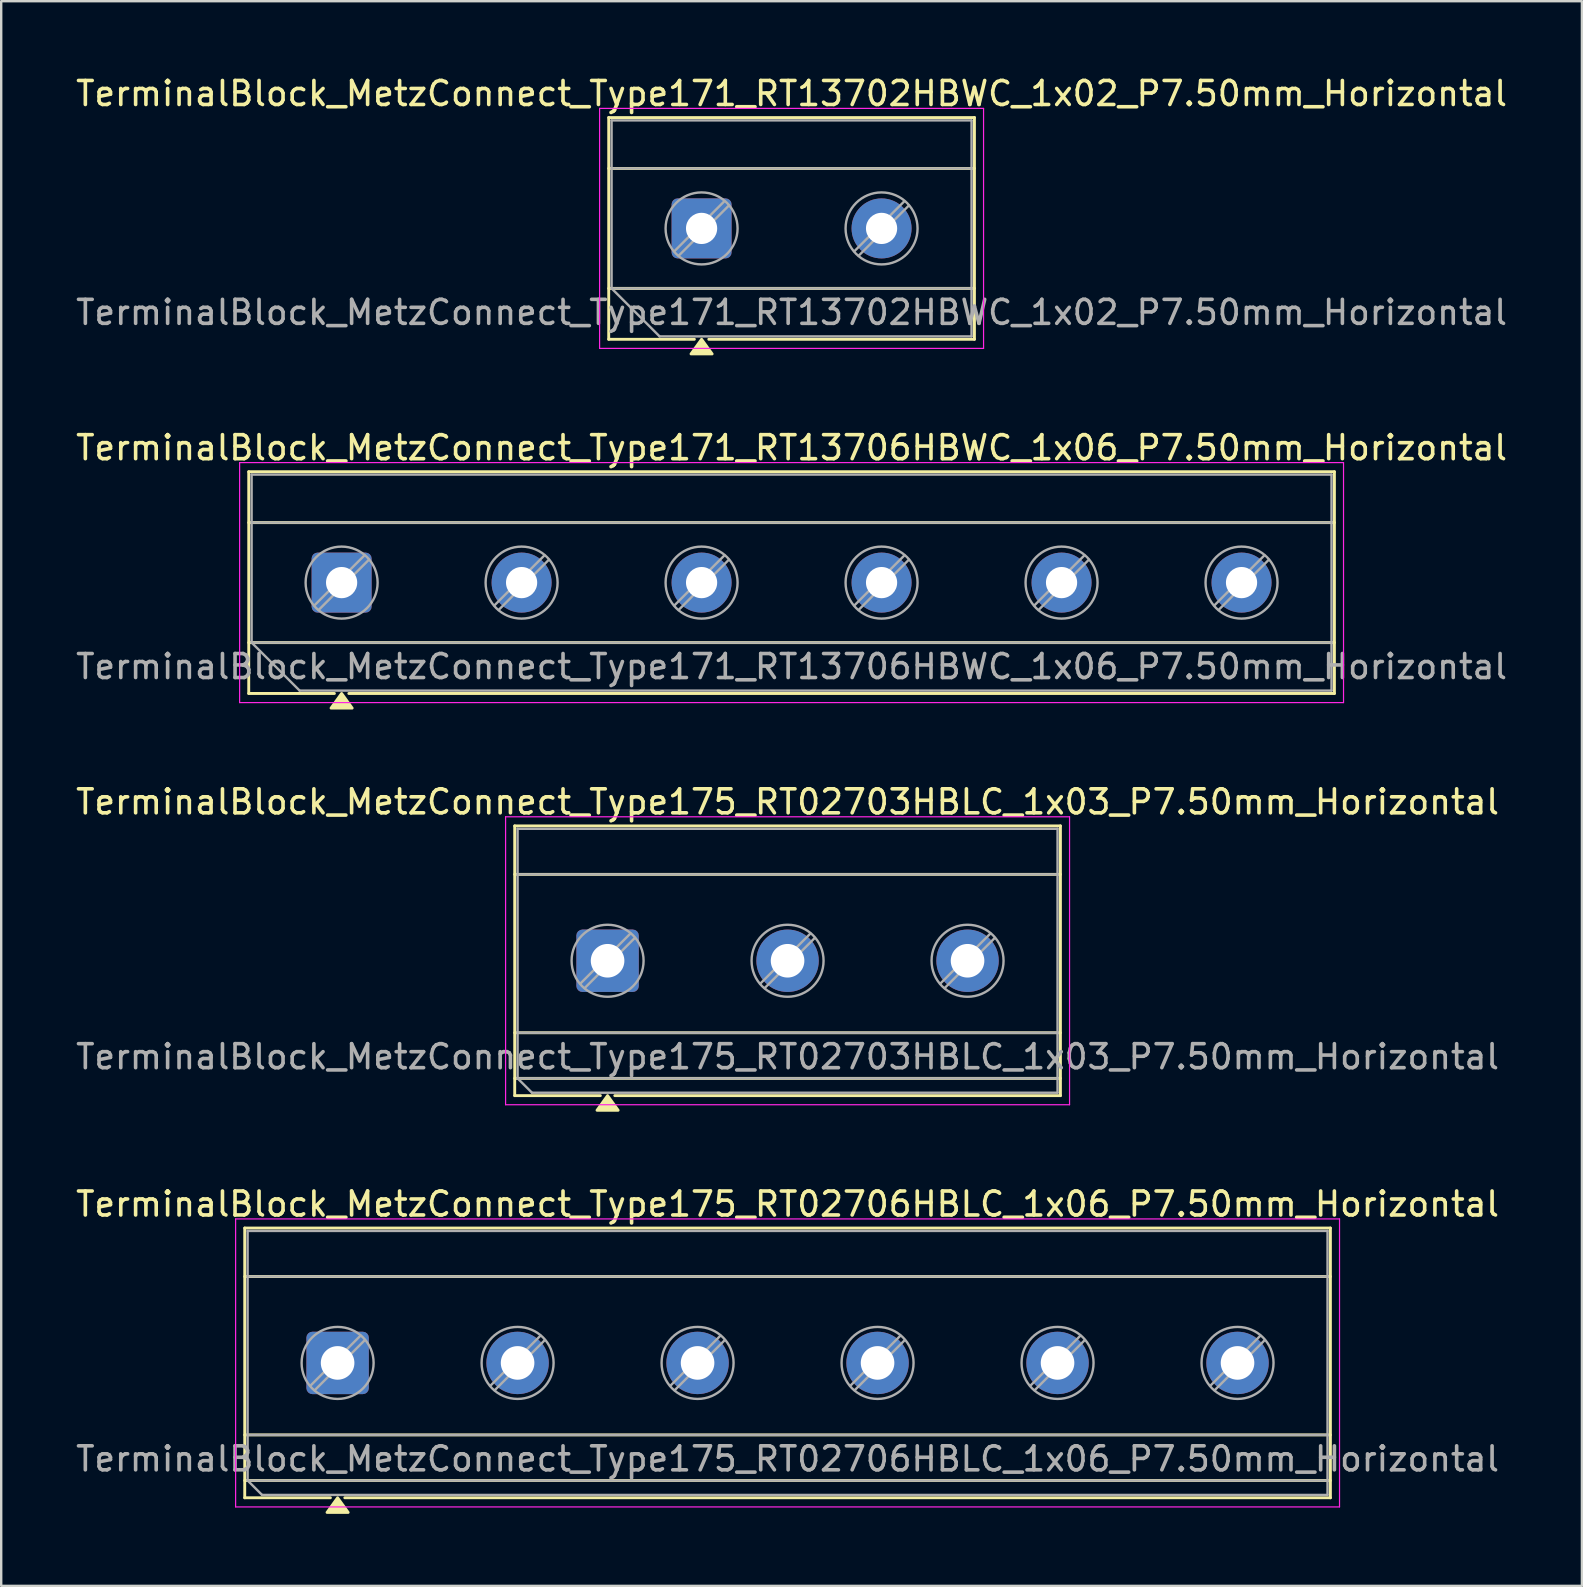
<source format=kicad_pcb>
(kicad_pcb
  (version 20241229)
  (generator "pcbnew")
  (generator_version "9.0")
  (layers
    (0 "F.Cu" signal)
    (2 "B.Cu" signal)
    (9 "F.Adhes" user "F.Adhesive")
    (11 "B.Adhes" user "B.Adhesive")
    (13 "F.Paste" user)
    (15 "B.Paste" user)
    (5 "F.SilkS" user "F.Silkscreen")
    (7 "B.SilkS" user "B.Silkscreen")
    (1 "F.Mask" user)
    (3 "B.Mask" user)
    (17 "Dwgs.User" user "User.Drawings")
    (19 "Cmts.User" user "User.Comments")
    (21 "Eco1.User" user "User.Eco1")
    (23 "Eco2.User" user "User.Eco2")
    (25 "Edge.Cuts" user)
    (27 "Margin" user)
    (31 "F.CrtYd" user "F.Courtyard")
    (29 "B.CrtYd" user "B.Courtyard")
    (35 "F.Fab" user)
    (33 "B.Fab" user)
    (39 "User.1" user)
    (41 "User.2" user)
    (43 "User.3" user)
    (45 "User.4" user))
  (footprint "TerminalBlock_MetzConnect_Type171_RT13706HBWC_1x06_P7.50mm_Horizontal"
    (layer "F.Cu")
    (at 11.185 21.227)
    (property "Reference" "TerminalBlock_MetzConnect_Type171_RT13706HBWC_1x06_P7.50mm_Horizontal" (at 18.75 -5.62 0) (layer "F.SilkS") (effects (font (size 1 1) (thickness 0.15))))
    (attr through_hole)
    (fp_line (start -3.87 -4.62) (end -3.87 4.62) (stroke (width 0.12) (type solid)) (layer "F.SilkS"))
    (fp_line (start -3.87 -4.62) (end 41.37 -4.62) (stroke (width 0.12) (type solid)) (layer "F.SilkS"))
    (fp_line (start -3.87 -2.5) (end 41.37 -2.5) (stroke (width 0.12) (type solid)) (layer "F.SilkS"))
    (fp_line (start -3.87 2.5) (end 41.37 2.5) (stroke (width 0.12) (type solid)) (layer "F.SilkS"))
    (fp_line (start -3.87 4.62) (end -0.3 4.62) (stroke (width 0.12) (type solid)) (layer "F.SilkS"))
    (fp_line (start 0.3 4.62) (end 41.37 4.62) (stroke (width 0.12) (type solid)) (layer "F.SilkS"))
    (fp_line (start 41.37 -4.62) (end 41.37 4.62) (stroke (width 0.12) (type solid)) (layer "F.SilkS"))
    (fp_poly (pts (xy 0 4.62) (xy 0.44 5.23) (xy -0.44 5.23)) (stroke (width 0.12) (type solid)) (fill yes) (layer "F.SilkS"))
    (fp_line (start -4.25 -5) (end -4.25 5) (stroke (width 0.05) (type solid)) (layer "F.CrtYd"))
    (fp_line (start -4.25 5) (end 41.75 5) (stroke (width 0.05) (type solid)) (layer "F.CrtYd"))
    (fp_line (start 41.75 -5) (end -4.25 -5) (stroke (width 0.05) (type solid)) (layer "F.CrtYd"))
    (fp_line (start 41.75 5) (end 41.75 -5) (stroke (width 0.05) (type solid)) (layer "F.CrtYd"))
    (fp_line (start -3.75 -4.5) (end 41.25 -4.5) (stroke (width 0.1) (type solid)) (layer "F.Fab"))
    (fp_line (start -3.75 -2.5) (end 41.25 -2.5) (stroke (width 0.1) (type solid)) (layer "F.Fab"))
    (fp_line (start -3.75 2.5) (end -3.75 -4.5) (stroke (width 0.1) (type solid)) (layer "F.Fab"))
    (fp_line (start -3.75 2.5) (end 41.25 2.5) (stroke (width 0.1) (type solid)) (layer "F.Fab"))
    (fp_line (start -1.75 4.5) (end -3.75 2.5) (stroke (width 0.1) (type solid)) (layer "F.Fab"))
    (fp_line (start 0.955 -1.138) (end -1.138 0.955) (stroke (width 0.1) (type solid)) (layer "F.Fab"))
    (fp_line (start 1.138 -0.955) (end -0.955 1.138) (stroke (width 0.1) (type solid)) (layer "F.Fab"))
    (fp_line (start 8.455 -1.138) (end 6.362 0.955) (stroke (width 0.1) (type solid)) (layer "F.Fab"))
    (fp_line (start 8.638 -0.955) (end 6.545 1.138) (stroke (width 0.1) (type solid)) (layer "F.Fab"))
    (fp_line (start 15.955 -1.138) (end 13.862 0.955) (stroke (width 0.1) (type solid)) (layer "F.Fab"))
    (fp_line (start 16.138 -0.955) (end 14.045 1.138) (stroke (width 0.1) (type solid)) (layer "F.Fab"))
    (fp_line (start 23.455 -1.138) (end 21.362 0.955) (stroke (width 0.1) (type solid)) (layer "F.Fab"))
    (fp_line (start 23.638 -0.955) (end 21.545 1.138) (stroke (width 0.1) (type solid)) (layer "F.Fab"))
    (fp_line (start 30.955 -1.138) (end 28.862 0.955) (stroke (width 0.1) (type solid)) (layer "F.Fab"))
    (fp_line (start 31.138 -0.955) (end 29.045 1.138) (stroke (width 0.1) (type solid)) (layer "F.Fab"))
    (fp_line (start 38.455 -1.138) (end 36.362 0.955) (stroke (width 0.1) (type solid)) (layer "F.Fab"))
    (fp_line (start 38.638 -0.955) (end 36.545 1.138) (stroke (width 0.1) (type solid)) (layer "F.Fab"))
    (fp_line (start 41.25 -4.5) (end 41.25 4.5) (stroke (width 0.1) (type solid)) (layer "F.Fab"))
    (fp_line (start 41.25 4.5) (end -1.75 4.5) (stroke (width 0.1) (type solid)) (layer "F.Fab"))
    (fp_circle (center 0 0) (end 1.5 0) (stroke (width 0.1) (type solid)) (fill no) (layer "F.Fab"))
    (fp_circle (center 7.5 0) (end 9 0) (stroke (width 0.1) (type solid)) (fill no) (layer "F.Fab"))
    (fp_circle (center 15 0) (end 16.5 0) (stroke (width 0.1) (type solid)) (fill no) (layer "F.Fab"))
    (fp_circle (center 22.5 0) (end 24 0) (stroke (width 0.1) (type solid)) (fill no) (layer "F.Fab"))
    (fp_circle (center 30 0) (end 31.5 0) (stroke (width 0.1) (type solid)) (fill no) (layer "F.Fab"))
    (fp_circle (center 37.5 0) (end 39 0) (stroke (width 0.1) (type solid)) (fill no) (layer "F.Fab"))
    (fp_text user "${REFERENCE}" (at 18.75 3.5 0) (layer "F.Fab") (effects (font (size 1 1) (thickness 0.15))))
    (pad "1" thru_hole roundrect (at 0 0) (size 2.5 2.5) (drill 1.3) (layers "*.Cu" "*.Mask") (roundrect_rratio 0.1))
    (pad "2" thru_hole circle (at 7.5 0) (size 2.5 2.5) (drill 1.3) (layers "*.Cu" "*.Mask"))
    (pad "3" thru_hole circle (at 15 0) (size 2.5 2.5) (drill 1.3) (layers "*.Cu" "*.Mask"))
    (pad "4" thru_hole circle (at 22.5 0) (size 2.5 2.5) (drill 1.3) (layers "*.Cu" "*.Mask"))
    (pad "5" thru_hole circle (at 30 0) (size 2.5 2.5) (drill 1.3) (layers "*.Cu" "*.Mask"))
    (pad "6" thru_hole circle (at 37.5 0) (size 2.5 2.5) (drill 1.3) (layers "*.Cu" "*.Mask")))
  (footprint "TerminalBlock_MetzConnect_Type175_RT02706HBLC_1x06_P7.50mm_Horizontal"
    (layer "F.Cu")
    (at 11.018 53.743)
    (property "Reference" "TerminalBlock_MetzConnect_Type175_RT02706HBLC_1x06_P7.50mm_Horizontal" (at 18.75 -6.62 0) (layer "F.SilkS") (effects (font (size 1 1) (thickness 0.15))))
    (attr through_hole)
    (fp_line (start -3.87 -5.62) (end -3.87 5.62) (stroke (width 0.12) (type solid)) (layer "F.SilkS"))
    (fp_line (start -3.87 -5.62) (end 41.37 -5.62) (stroke (width 0.12) (type solid)) (layer "F.SilkS"))
    (fp_line (start -3.87 -3.6) (end 41.37 -3.6) (stroke (width 0.12) (type solid)) (layer "F.SilkS"))
    (fp_line (start -3.87 3) (end 41.37 3) (stroke (width 0.12) (type solid)) (layer "F.SilkS"))
    (fp_line (start -3.87 4.9) (end 41.37 4.9) (stroke (width 0.12) (type solid)) (layer "F.SilkS"))
    (fp_line (start -3.87 5.62) (end -0.3 5.62) (stroke (width 0.12) (type solid)) (layer "F.SilkS"))
    (fp_line (start 0.3 5.62) (end 41.37 5.62) (stroke (width 0.12) (type solid)) (layer "F.SilkS"))
    (fp_line (start 41.37 -5.62) (end 41.37 5.62) (stroke (width 0.12) (type solid)) (layer "F.SilkS"))
    (fp_poly (pts (xy 0 5.62) (xy 0.44 6.23) (xy -0.44 6.23)) (stroke (width 0.12) (type solid)) (fill yes) (layer "F.SilkS"))
    (fp_line (start -4.25 -6) (end -4.25 6) (stroke (width 0.05) (type solid)) (layer "F.CrtYd"))
    (fp_line (start -4.25 6) (end 41.75 6) (stroke (width 0.05) (type solid)) (layer "F.CrtYd"))
    (fp_line (start 41.75 -6) (end -4.25 -6) (stroke (width 0.05) (type solid)) (layer "F.CrtYd"))
    (fp_line (start 41.75 6) (end 41.75 -6) (stroke (width 0.05) (type solid)) (layer "F.CrtYd"))
    (fp_line (start -3.75 -5.5) (end 41.25 -5.5) (stroke (width 0.1) (type solid)) (layer "F.Fab"))
    (fp_line (start -3.75 -3.6) (end 41.25 -3.6) (stroke (width 0.1) (type solid)) (layer "F.Fab"))
    (fp_line (start -3.75 3) (end 41.25 3) (stroke (width 0.1) (type solid)) (layer "F.Fab"))
    (fp_line (start -3.75 4.9) (end -3.75 -5.5) (stroke (width 0.1) (type solid)) (layer "F.Fab"))
    (fp_line (start -3.75 4.9) (end 41.25 4.9) (stroke (width 0.1) (type solid)) (layer "F.Fab"))
    (fp_line (start -3.15 5.5) (end -3.75 4.9) (stroke (width 0.1) (type solid)) (layer "F.Fab"))
    (fp_line (start 0.955 -1.138) (end -1.138 0.955) (stroke (width 0.1) (type solid)) (layer "F.Fab"))
    (fp_line (start 1.138 -0.955) (end -0.955 1.138) (stroke (width 0.1) (type solid)) (layer "F.Fab"))
    (fp_line (start 8.455 -1.138) (end 6.362 0.955) (stroke (width 0.1) (type solid)) (layer "F.Fab"))
    (fp_line (start 8.638 -0.955) (end 6.545 1.138) (stroke (width 0.1) (type solid)) (layer "F.Fab"))
    (fp_line (start 15.955 -1.138) (end 13.862 0.955) (stroke (width 0.1) (type solid)) (layer "F.Fab"))
    (fp_line (start 16.138 -0.955) (end 14.045 1.138) (stroke (width 0.1) (type solid)) (layer "F.Fab"))
    (fp_line (start 23.455 -1.138) (end 21.362 0.955) (stroke (width 0.1) (type solid)) (layer "F.Fab"))
    (fp_line (start 23.638 -0.955) (end 21.545 1.138) (stroke (width 0.1) (type solid)) (layer "F.Fab"))
    (fp_line (start 30.955 -1.138) (end 28.862 0.955) (stroke (width 0.1) (type solid)) (layer "F.Fab"))
    (fp_line (start 31.138 -0.955) (end 29.045 1.138) (stroke (width 0.1) (type solid)) (layer "F.Fab"))
    (fp_line (start 38.455 -1.138) (end 36.362 0.955) (stroke (width 0.1) (type solid)) (layer "F.Fab"))
    (fp_line (start 38.638 -0.955) (end 36.545 1.138) (stroke (width 0.1) (type solid)) (layer "F.Fab"))
    (fp_line (start 41.25 -5.5) (end 41.25 5.5) (stroke (width 0.1) (type solid)) (layer "F.Fab"))
    (fp_line (start 41.25 5.5) (end -3.15 5.5) (stroke (width 0.1) (type solid)) (layer "F.Fab"))
    (fp_circle (center 0 0) (end 1.5 0) (stroke (width 0.1) (type solid)) (fill no) (layer "F.Fab"))
    (fp_circle (center 7.5 0) (end 9 0) (stroke (width 0.1) (type solid)) (fill no) (layer "F.Fab"))
    (fp_circle (center 15 0) (end 16.5 0) (stroke (width 0.1) (type solid)) (fill no) (layer "F.Fab"))
    (fp_circle (center 22.5 0) (end 24 0) (stroke (width 0.1) (type solid)) (fill no) (layer "F.Fab"))
    (fp_circle (center 30 0) (end 31.5 0) (stroke (width 0.1) (type solid)) (fill no) (layer "F.Fab"))
    (fp_circle (center 37.5 0) (end 39 0) (stroke (width 0.1) (type solid)) (fill no) (layer "F.Fab"))
    (fp_text user "${REFERENCE}" (at 18.75 4 0) (layer "F.Fab") (effects (font (size 1 1) (thickness 0.15))))
    (pad "1" thru_hole roundrect (at 0 0) (size 2.6 2.6) (drill 1.4) (layers "*.Cu" "*.Mask") (roundrect_rratio 0.096))
    (pad "2" thru_hole circle (at 7.5 0) (size 2.6 2.6) (drill 1.4) (layers "*.Cu" "*.Mask"))
    (pad "3" thru_hole circle (at 15 0) (size 2.6 2.6) (drill 1.4) (layers "*.Cu" "*.Mask"))
    (pad "4" thru_hole circle (at 22.5 0) (size 2.6 2.6) (drill 1.4) (layers "*.Cu" "*.Mask"))
    (pad "5" thru_hole circle (at 30 0) (size 2.6 2.6) (drill 1.4) (layers "*.Cu" "*.Mask"))
    (pad "6" thru_hole circle (at 37.5 0) (size 2.6 2.6) (drill 1.4) (layers "*.Cu" "*.Mask")))
  (footprint "TerminalBlock_MetzConnect_Type175_RT02703HBLC_1x03_P7.50mm_Horizontal"
    (layer "F.Cu")
    (at 22.268 36.985)
    (property "Reference" "TerminalBlock_MetzConnect_Type175_RT02703HBLC_1x03_P7.50mm_Horizontal" (at 7.5 -6.62 0) (layer "F.SilkS") (effects (font (size 1 1) (thickness 0.15))))
    (attr through_hole)
    (fp_line (start -3.87 -5.62) (end -3.87 5.62) (stroke (width 0.12) (type solid)) (layer "F.SilkS"))
    (fp_line (start -3.87 -5.62) (end 18.87 -5.62) (stroke (width 0.12) (type solid)) (layer "F.SilkS"))
    (fp_line (start -3.87 -3.6) (end 18.87 -3.6) (stroke (width 0.12) (type solid)) (layer "F.SilkS"))
    (fp_line (start -3.87 3) (end 18.87 3) (stroke (width 0.12) (type solid)) (layer "F.SilkS"))
    (fp_line (start -3.87 4.9) (end 18.87 4.9) (stroke (width 0.12) (type solid)) (layer "F.SilkS"))
    (fp_line (start -3.87 5.62) (end -0.3 5.62) (stroke (width 0.12) (type solid)) (layer "F.SilkS"))
    (fp_line (start 0.3 5.62) (end 18.87 5.62) (stroke (width 0.12) (type solid)) (layer "F.SilkS"))
    (fp_line (start 18.87 -5.62) (end 18.87 5.62) (stroke (width 0.12) (type solid)) (layer "F.SilkS"))
    (fp_poly (pts (xy 0 5.62) (xy 0.44 6.23) (xy -0.44 6.23)) (stroke (width 0.12) (type solid)) (fill yes) (layer "F.SilkS"))
    (fp_line (start -4.25 -6) (end -4.25 6) (stroke (width 0.05) (type solid)) (layer "F.CrtYd"))
    (fp_line (start -4.25 6) (end 19.25 6) (stroke (width 0.05) (type solid)) (layer "F.CrtYd"))
    (fp_line (start 19.25 -6) (end -4.25 -6) (stroke (width 0.05) (type solid)) (layer "F.CrtYd"))
    (fp_line (start 19.25 6) (end 19.25 -6) (stroke (width 0.05) (type solid)) (layer "F.CrtYd"))
    (fp_line (start -3.75 -5.5) (end 18.75 -5.5) (stroke (width 0.1) (type solid)) (layer "F.Fab"))
    (fp_line (start -3.75 -3.6) (end 18.75 -3.6) (stroke (width 0.1) (type solid)) (layer "F.Fab"))
    (fp_line (start -3.75 3) (end 18.75 3) (stroke (width 0.1) (type solid)) (layer "F.Fab"))
    (fp_line (start -3.75 4.9) (end -3.75 -5.5) (stroke (width 0.1) (type solid)) (layer "F.Fab"))
    (fp_line (start -3.75 4.9) (end 18.75 4.9) (stroke (width 0.1) (type solid)) (layer "F.Fab"))
    (fp_line (start -3.15 5.5) (end -3.75 4.9) (stroke (width 0.1) (type solid)) (layer "F.Fab"))
    (fp_line (start 0.955 -1.138) (end -1.138 0.955) (stroke (width 0.1) (type solid)) (layer "F.Fab"))
    (fp_line (start 1.138 -0.955) (end -0.955 1.138) (stroke (width 0.1) (type solid)) (layer "F.Fab"))
    (fp_line (start 8.455 -1.138) (end 6.362 0.955) (stroke (width 0.1) (type solid)) (layer "F.Fab"))
    (fp_line (start 8.638 -0.955) (end 6.545 1.138) (stroke (width 0.1) (type solid)) (layer "F.Fab"))
    (fp_line (start 15.955 -1.138) (end 13.862 0.955) (stroke (width 0.1) (type solid)) (layer "F.Fab"))
    (fp_line (start 16.138 -0.955) (end 14.045 1.138) (stroke (width 0.1) (type solid)) (layer "F.Fab"))
    (fp_line (start 18.75 -5.5) (end 18.75 5.5) (stroke (width 0.1) (type solid)) (layer "F.Fab"))
    (fp_line (start 18.75 5.5) (end -3.15 5.5) (stroke (width 0.1) (type solid)) (layer "F.Fab"))
    (fp_circle (center 0 0) (end 1.5 0) (stroke (width 0.1) (type solid)) (fill no) (layer "F.Fab"))
    (fp_circle (center 7.5 0) (end 9 0) (stroke (width 0.1) (type solid)) (fill no) (layer "F.Fab"))
    (fp_circle (center 15 0) (end 16.5 0) (stroke (width 0.1) (type solid)) (fill no) (layer "F.Fab"))
    (fp_text user "${REFERENCE}" (at 7.5 4 0) (layer "F.Fab") (effects (font (size 1 1) (thickness 0.15))))
    (pad "1" thru_hole roundrect (at 0 0) (size 2.6 2.6) (drill 1.4) (layers "*.Cu" "*.Mask") (roundrect_rratio 0.096))
    (pad "2" thru_hole circle (at 7.5 0) (size 2.6 2.6) (drill 1.4) (layers "*.Cu" "*.Mask"))
    (pad "3" thru_hole circle (at 15 0) (size 2.6 2.6) (drill 1.4) (layers "*.Cu" "*.Mask")))
  (footprint "TerminalBlock_MetzConnect_Type171_RT13702HBWC_1x02_P7.50mm_Horizontal"
    (layer "F.Cu")
    (at 26.185 6.468)
    (property "Reference" "TerminalBlock_MetzConnect_Type171_RT13702HBWC_1x02_P7.50mm_Horizontal" (at 3.75 -5.62 0) (layer "F.SilkS") (effects (font (size 1 1) (thickness 0.15))))
    (attr through_hole)
    (fp_line (start -3.87 -4.62) (end -3.87 4.62) (stroke (width 0.12) (type solid)) (layer "F.SilkS"))
    (fp_line (start -3.87 -4.62) (end 11.37 -4.62) (stroke (width 0.12) (type solid)) (layer "F.SilkS"))
    (fp_line (start -3.87 -2.5) (end 11.37 -2.5) (stroke (width 0.12) (type solid)) (layer "F.SilkS"))
    (fp_line (start -3.87 2.5) (end 11.37 2.5) (stroke (width 0.12) (type solid)) (layer "F.SilkS"))
    (fp_line (start -3.87 4.62) (end -0.3 4.62) (stroke (width 0.12) (type solid)) (layer "F.SilkS"))
    (fp_line (start 0.3 4.62) (end 11.37 4.62) (stroke (width 0.12) (type solid)) (layer "F.SilkS"))
    (fp_line (start 11.37 -4.62) (end 11.37 4.62) (stroke (width 0.12) (type solid)) (layer "F.SilkS"))
    (fp_poly (pts (xy 0 4.62) (xy 0.44 5.23) (xy -0.44 5.23)) (stroke (width 0.12) (type solid)) (fill yes) (layer "F.SilkS"))
    (fp_line (start -4.25 -5) (end -4.25 5) (stroke (width 0.05) (type solid)) (layer "F.CrtYd"))
    (fp_line (start -4.25 5) (end 11.75 5) (stroke (width 0.05) (type solid)) (layer "F.CrtYd"))
    (fp_line (start 11.75 -5) (end -4.25 -5) (stroke (width 0.05) (type solid)) (layer "F.CrtYd"))
    (fp_line (start 11.75 5) (end 11.75 -5) (stroke (width 0.05) (type solid)) (layer "F.CrtYd"))
    (fp_line (start -3.75 -4.5) (end 11.25 -4.5) (stroke (width 0.1) (type solid)) (layer "F.Fab"))
    (fp_line (start -3.75 -2.5) (end 11.25 -2.5) (stroke (width 0.1) (type solid)) (layer "F.Fab"))
    (fp_line (start -3.75 2.5) (end -3.75 -4.5) (stroke (width 0.1) (type solid)) (layer "F.Fab"))
    (fp_line (start -3.75 2.5) (end 11.25 2.5) (stroke (width 0.1) (type solid)) (layer "F.Fab"))
    (fp_line (start -1.75 4.5) (end -3.75 2.5) (stroke (width 0.1) (type solid)) (layer "F.Fab"))
    (fp_line (start 0.955 -1.138) (end -1.138 0.955) (stroke (width 0.1) (type solid)) (layer "F.Fab"))
    (fp_line (start 1.138 -0.955) (end -0.955 1.138) (stroke (width 0.1) (type solid)) (layer "F.Fab"))
    (fp_line (start 8.455 -1.138) (end 6.362 0.955) (stroke (width 0.1) (type solid)) (layer "F.Fab"))
    (fp_line (start 8.638 -0.955) (end 6.545 1.138) (stroke (width 0.1) (type solid)) (layer "F.Fab"))
    (fp_line (start 11.25 -4.5) (end 11.25 4.5) (stroke (width 0.1) (type solid)) (layer "F.Fab"))
    (fp_line (start 11.25 4.5) (end -1.75 4.5) (stroke (width 0.1) (type solid)) (layer "F.Fab"))
    (fp_circle (center 0 0) (end 1.5 0) (stroke (width 0.1) (type solid)) (fill no) (layer "F.Fab"))
    (fp_circle (center 7.5 0) (end 9 0) (stroke (width 0.1) (type solid)) (fill no) (layer "F.Fab"))
    (fp_text user "${REFERENCE}" (at 3.75 3.5 0) (layer "F.Fab") (effects (font (size 1 1) (thickness 0.15))))
    (pad "1" thru_hole roundrect (at 0 0) (size 2.5 2.5) (drill 1.3) (layers "*.Cu" "*.Mask") (roundrect_rratio 0.1))
    (pad "2" thru_hole circle (at 7.5 0) (size 2.5 2.5) (drill 1.3) (layers "*.Cu" "*.Mask")))
  (gr_rect
    (start -3 -3)
    (end 62.869 63.033)
    (stroke (width 0.1) (type default))
    (fill no)
    (layer "Edge.Cuts")))
</source>
